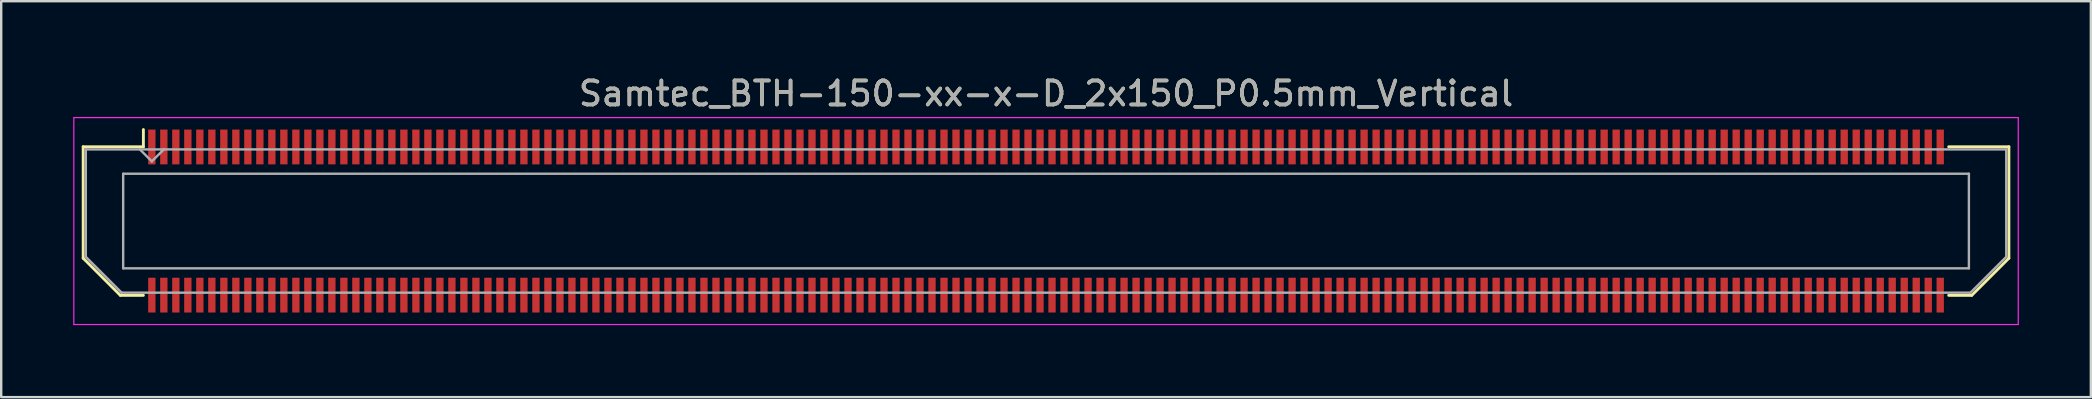
<source format=kicad_pcb>
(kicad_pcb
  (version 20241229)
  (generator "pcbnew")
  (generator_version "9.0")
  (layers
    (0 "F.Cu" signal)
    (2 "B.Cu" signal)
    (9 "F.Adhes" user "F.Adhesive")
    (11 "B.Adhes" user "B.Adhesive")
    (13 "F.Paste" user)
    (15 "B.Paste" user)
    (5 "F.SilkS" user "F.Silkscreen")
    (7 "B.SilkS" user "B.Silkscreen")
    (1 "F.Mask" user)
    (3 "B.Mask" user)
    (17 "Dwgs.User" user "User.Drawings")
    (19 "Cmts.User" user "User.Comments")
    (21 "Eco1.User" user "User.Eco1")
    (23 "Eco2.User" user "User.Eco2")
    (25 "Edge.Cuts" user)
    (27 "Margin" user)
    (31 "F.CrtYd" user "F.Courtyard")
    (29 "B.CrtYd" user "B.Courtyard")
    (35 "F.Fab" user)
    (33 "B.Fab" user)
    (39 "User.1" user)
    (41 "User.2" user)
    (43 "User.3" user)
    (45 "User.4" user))
  (footprint "Samtec_BTH-150-xx-x-D_2x150_P0.5mm_Vertical"
    (layer "F.Cu")
    (at 40.525 6.158)
    (property "Reference" "Samtec_BTH-150-xx-x-D_2x150_P0.5mm_Vertical" (at 0 -5.31 0) (layer "F.SilkS") (effects (font (size 1 1) (thickness 0.15))))
    (attr smd)
    (fp_line (start -40.11 -3.095) (end -40.11 1.548) (stroke (width 0.12) (type solid)) (layer "F.SilkS"))
    (fp_line (start -40.11 1.548) (end -38.562 3.095) (stroke (width 0.12) (type solid)) (layer "F.SilkS"))
    (fp_line (start -38.562 3.095) (end -37.602 3.095) (stroke (width 0.12) (type solid)) (layer "F.SilkS"))
    (fp_line (start -37.602 -3.811) (end -37.602 -3.095) (stroke (width 0.12) (type solid)) (layer "F.SilkS"))
    (fp_line (start -37.602 -3.095) (end -40.11 -3.095) (stroke (width 0.12) (type solid)) (layer "F.SilkS"))
    (fp_line (start 37.602 -3.095) (end 40.11 -3.095) (stroke (width 0.12) (type solid)) (layer "F.SilkS"))
    (fp_line (start 38.562 3.095) (end 37.602 3.095) (stroke (width 0.12) (type solid)) (layer "F.SilkS"))
    (fp_line (start 40.11 -3.095) (end 40.11 1.548) (stroke (width 0.12) (type solid)) (layer "F.SilkS"))
    (fp_line (start 40.11 1.548) (end 38.562 3.095) (stroke (width 0.12) (type solid)) (layer "F.SilkS"))
    (fp_line (start -40.5 -4.31) (end -40.5 4.31) (stroke (width 0.05) (type solid)) (layer "F.CrtYd"))
    (fp_line (start -40.5 4.31) (end 40.5 4.31) (stroke (width 0.05) (type solid)) (layer "F.CrtYd"))
    (fp_line (start 40.5 -4.31) (end -40.5 -4.31) (stroke (width 0.05) (type solid)) (layer "F.CrtYd"))
    (fp_line (start 40.5 4.31) (end 40.5 -4.31) (stroke (width 0.05) (type solid)) (layer "F.CrtYd"))
    (fp_line (start -40 -2.985) (end -40 1.492) (stroke (width 0.1) (type solid)) (layer "F.Fab"))
    (fp_line (start -40 -2.985) (end 40 -2.985) (stroke (width 0.1) (type solid)) (layer "F.Fab"))
    (fp_line (start -40 1.492) (end -38.508 2.985) (stroke (width 0.1) (type solid)) (layer "F.Fab"))
    (fp_line (start -38.508 2.985) (end 38.508 2.985) (stroke (width 0.1) (type solid)) (layer "F.Fab"))
    (fp_line (start -38.444 -1.97) (end -38.444 1.97) (stroke (width 0.1) (type solid)) (layer "F.Fab"))
    (fp_line (start -38.444 1.97) (end 38.444 1.97) (stroke (width 0.1) (type solid)) (layer "F.Fab"))
    (fp_line (start -37.25 -2.485) (end -37.75 -2.985) (stroke (width 0.1) (type solid)) (layer "F.Fab"))
    (fp_line (start -36.75 -2.985) (end -37.25 -2.485) (stroke (width 0.1) (type solid)) (layer "F.Fab"))
    (fp_line (start 38.444 -1.97) (end -38.444 -1.97) (stroke (width 0.1) (type solid)) (layer "F.Fab"))
    (fp_line (start 38.444 1.97) (end 38.444 -1.97) (stroke (width 0.1) (type solid)) (layer "F.Fab"))
    (fp_line (start 40 -2.985) (end 40 1.492) (stroke (width 0.1) (type solid)) (layer "F.Fab"))
    (fp_line (start 40 1.492) (end 38.508 2.985) (stroke (width 0.1) (type solid)) (layer "F.Fab"))
    (fp_text user "${REFERENCE}" (at 0 -5.31 0) (layer "F.Fab") (effects (font (size 1 1) (thickness 0.15))))
    (pad "1" smd rect (at -37.25 -3.086) (size 0.305 1.45) (layers "F.Cu" "F.Mask" "F.Paste"))
    (pad "2" smd rect (at -37.25 3.086) (size 0.305 1.45) (layers "F.Cu" "F.Mask" "F.Paste"))
    (pad "3" smd rect (at -36.75 -3.086) (size 0.305 1.45) (layers "F.Cu" "F.Mask" "F.Paste"))
    (pad "4" smd rect (at -36.75 3.086) (size 0.305 1.45) (layers "F.Cu" "F.Mask" "F.Paste"))
    (pad "5" smd rect (at -36.25 -3.086) (size 0.305 1.45) (layers "F.Cu" "F.Mask" "F.Paste"))
    (pad "6" smd rect (at -36.25 3.086) (size 0.305 1.45) (layers "F.Cu" "F.Mask" "F.Paste"))
    (pad "7" smd rect (at -35.75 -3.086) (size 0.305 1.45) (layers "F.Cu" "F.Mask" "F.Paste"))
    (pad "8" smd rect (at -35.75 3.086) (size 0.305 1.45) (layers "F.Cu" "F.Mask" "F.Paste"))
    (pad "9" smd rect (at -35.25 -3.086) (size 0.305 1.45) (layers "F.Cu" "F.Mask" "F.Paste"))
    (pad "10" smd rect (at -35.25 3.086) (size 0.305 1.45) (layers "F.Cu" "F.Mask" "F.Paste"))
    (pad "11" smd rect (at -34.75 -3.086) (size 0.305 1.45) (layers "F.Cu" "F.Mask" "F.Paste"))
    (pad "12" smd rect (at -34.75 3.086) (size 0.305 1.45) (layers "F.Cu" "F.Mask" "F.Paste"))
    (pad "13" smd rect (at -34.25 -3.086) (size 0.305 1.45) (layers "F.Cu" "F.Mask" "F.Paste"))
    (pad "14" smd rect (at -34.25 3.086) (size 0.305 1.45) (layers "F.Cu" "F.Mask" "F.Paste"))
    (pad "15" smd rect (at -33.75 -3.086) (size 0.305 1.45) (layers "F.Cu" "F.Mask" "F.Paste"))
    (pad "16" smd rect (at -33.75 3.086) (size 0.305 1.45) (layers "F.Cu" "F.Mask" "F.Paste"))
    (pad "17" smd rect (at -33.25 -3.086) (size 0.305 1.45) (layers "F.Cu" "F.Mask" "F.Paste"))
    (pad "18" smd rect (at -33.25 3.086) (size 0.305 1.45) (layers "F.Cu" "F.Mask" "F.Paste"))
    (pad "19" smd rect (at -32.75 -3.086) (size 0.305 1.45) (layers "F.Cu" "F.Mask" "F.Paste"))
    (pad "20" smd rect (at -32.75 3.086) (size 0.305 1.45) (layers "F.Cu" "F.Mask" "F.Paste"))
    (pad "21" smd rect (at -32.25 -3.086) (size 0.305 1.45) (layers "F.Cu" "F.Mask" "F.Paste"))
    (pad "22" smd rect (at -32.25 3.086) (size 0.305 1.45) (layers "F.Cu" "F.Mask" "F.Paste"))
    (pad "23" smd rect (at -31.75 -3.086) (size 0.305 1.45) (layers "F.Cu" "F.Mask" "F.Paste"))
    (pad "24" smd rect (at -31.75 3.086) (size 0.305 1.45) (layers "F.Cu" "F.Mask" "F.Paste"))
    (pad "25" smd rect (at -31.25 -3.086) (size 0.305 1.45) (layers "F.Cu" "F.Mask" "F.Paste"))
    (pad "26" smd rect (at -31.25 3.086) (size 0.305 1.45) (layers "F.Cu" "F.Mask" "F.Paste"))
    (pad "27" smd rect (at -30.75 -3.086) (size 0.305 1.45) (layers "F.Cu" "F.Mask" "F.Paste"))
    (pad "28" smd rect (at -30.75 3.086) (size 0.305 1.45) (layers "F.Cu" "F.Mask" "F.Paste"))
    (pad "29" smd rect (at -30.25 -3.086) (size 0.305 1.45) (layers "F.Cu" "F.Mask" "F.Paste"))
    (pad "30" smd rect (at -30.25 3.086) (size 0.305 1.45) (layers "F.Cu" "F.Mask" "F.Paste"))
    (pad "31" smd rect (at -29.75 -3.086) (size 0.305 1.45) (layers "F.Cu" "F.Mask" "F.Paste"))
    (pad "32" smd rect (at -29.75 3.086) (size 0.305 1.45) (layers "F.Cu" "F.Mask" "F.Paste"))
    (pad "33" smd rect (at -29.25 -3.086) (size 0.305 1.45) (layers "F.Cu" "F.Mask" "F.Paste"))
    (pad "34" smd rect (at -29.25 3.086) (size 0.305 1.45) (layers "F.Cu" "F.Mask" "F.Paste"))
    (pad "35" smd rect (at -28.75 -3.086) (size 0.305 1.45) (layers "F.Cu" "F.Mask" "F.Paste"))
    (pad "36" smd rect (at -28.75 3.086) (size 0.305 1.45) (layers "F.Cu" "F.Mask" "F.Paste"))
    (pad "37" smd rect (at -28.25 -3.086) (size 0.305 1.45) (layers "F.Cu" "F.Mask" "F.Paste"))
    (pad "38" smd rect (at -28.25 3.086) (size 0.305 1.45) (layers "F.Cu" "F.Mask" "F.Paste"))
    (pad "39" smd rect (at -27.75 -3.086) (size 0.305 1.45) (layers "F.Cu" "F.Mask" "F.Paste"))
    (pad "40" smd rect (at -27.75 3.086) (size 0.305 1.45) (layers "F.Cu" "F.Mask" "F.Paste"))
    (pad "41" smd rect (at -27.25 -3.086) (size 0.305 1.45) (layers "F.Cu" "F.Mask" "F.Paste"))
    (pad "42" smd rect (at -27.25 3.086) (size 0.305 1.45) (layers "F.Cu" "F.Mask" "F.Paste"))
    (pad "43" smd rect (at -26.75 -3.086) (size 0.305 1.45) (layers "F.Cu" "F.Mask" "F.Paste"))
    (pad "44" smd rect (at -26.75 3.086) (size 0.305 1.45) (layers "F.Cu" "F.Mask" "F.Paste"))
    (pad "45" smd rect (at -26.25 -3.086) (size 0.305 1.45) (layers "F.Cu" "F.Mask" "F.Paste"))
    (pad "46" smd rect (at -26.25 3.086) (size 0.305 1.45) (layers "F.Cu" "F.Mask" "F.Paste"))
    (pad "47" smd rect (at -25.75 -3.086) (size 0.305 1.45) (layers "F.Cu" "F.Mask" "F.Paste"))
    (pad "48" smd rect (at -25.75 3.086) (size 0.305 1.45) (layers "F.Cu" "F.Mask" "F.Paste"))
    (pad "49" smd rect (at -25.25 -3.086) (size 0.305 1.45) (layers "F.Cu" "F.Mask" "F.Paste"))
    (pad "50" smd rect (at -25.25 3.086) (size 0.305 1.45) (layers "F.Cu" "F.Mask" "F.Paste"))
    (pad "51" smd rect (at -24.75 -3.086) (size 0.305 1.45) (layers "F.Cu" "F.Mask" "F.Paste"))
    (pad "52" smd rect (at -24.75 3.086) (size 0.305 1.45) (layers "F.Cu" "F.Mask" "F.Paste"))
    (pad "53" smd rect (at -24.25 -3.086) (size 0.305 1.45) (layers "F.Cu" "F.Mask" "F.Paste"))
    (pad "54" smd rect (at -24.25 3.086) (size 0.305 1.45) (layers "F.Cu" "F.Mask" "F.Paste"))
    (pad "55" smd rect (at -23.75 -3.086) (size 0.305 1.45) (layers "F.Cu" "F.Mask" "F.Paste"))
    (pad "56" smd rect (at -23.75 3.086) (size 0.305 1.45) (layers "F.Cu" "F.Mask" "F.Paste"))
    (pad "57" smd rect (at -23.25 -3.086) (size 0.305 1.45) (layers "F.Cu" "F.Mask" "F.Paste"))
    (pad "58" smd rect (at -23.25 3.086) (size 0.305 1.45) (layers "F.Cu" "F.Mask" "F.Paste"))
    (pad "59" smd rect (at -22.75 -3.086) (size 0.305 1.45) (layers "F.Cu" "F.Mask" "F.Paste"))
    (pad "60" smd rect (at -22.75 3.086) (size 0.305 1.45) (layers "F.Cu" "F.Mask" "F.Paste"))
    (pad "61" smd rect (at -22.25 -3.086) (size 0.305 1.45) (layers "F.Cu" "F.Mask" "F.Paste"))
    (pad "62" smd rect (at -22.25 3.086) (size 0.305 1.45) (layers "F.Cu" "F.Mask" "F.Paste"))
    (pad "63" smd rect (at -21.75 -3.086) (size 0.305 1.45) (layers "F.Cu" "F.Mask" "F.Paste"))
    (pad "64" smd rect (at -21.75 3.086) (size 0.305 1.45) (layers "F.Cu" "F.Mask" "F.Paste"))
    (pad "65" smd rect (at -21.25 -3.086) (size 0.305 1.45) (layers "F.Cu" "F.Mask" "F.Paste"))
    (pad "66" smd rect (at -21.25 3.086) (size 0.305 1.45) (layers "F.Cu" "F.Mask" "F.Paste"))
    (pad "67" smd rect (at -20.75 -3.086) (size 0.305 1.45) (layers "F.Cu" "F.Mask" "F.Paste"))
    (pad "68" smd rect (at -20.75 3.086) (size 0.305 1.45) (layers "F.Cu" "F.Mask" "F.Paste"))
    (pad "69" smd rect (at -20.25 -3.086) (size 0.305 1.45) (layers "F.Cu" "F.Mask" "F.Paste"))
    (pad "70" smd rect (at -20.25 3.086) (size 0.305 1.45) (layers "F.Cu" "F.Mask" "F.Paste"))
    (pad "71" smd rect (at -19.75 -3.086) (size 0.305 1.45) (layers "F.Cu" "F.Mask" "F.Paste"))
    (pad "72" smd rect (at -19.75 3.086) (size 0.305 1.45) (layers "F.Cu" "F.Mask" "F.Paste"))
    (pad "73" smd rect (at -19.25 -3.086) (size 0.305 1.45) (layers "F.Cu" "F.Mask" "F.Paste"))
    (pad "74" smd rect (at -19.25 3.086) (size 0.305 1.45) (layers "F.Cu" "F.Mask" "F.Paste"))
    (pad "75" smd rect (at -18.75 -3.086) (size 0.305 1.45) (layers "F.Cu" "F.Mask" "F.Paste"))
    (pad "76" smd rect (at -18.75 3.086) (size 0.305 1.45) (layers "F.Cu" "F.Mask" "F.Paste"))
    (pad "77" smd rect (at -18.25 -3.086) (size 0.305 1.45) (layers "F.Cu" "F.Mask" "F.Paste"))
    (pad "78" smd rect (at -18.25 3.086) (size 0.305 1.45) (layers "F.Cu" "F.Mask" "F.Paste"))
    (pad "79" smd rect (at -17.75 -3.086) (size 0.305 1.45) (layers "F.Cu" "F.Mask" "F.Paste"))
    (pad "80" smd rect (at -17.75 3.086) (size 0.305 1.45) (layers "F.Cu" "F.Mask" "F.Paste"))
    (pad "81" smd rect (at -17.25 -3.086) (size 0.305 1.45) (layers "F.Cu" "F.Mask" "F.Paste"))
    (pad "82" smd rect (at -17.25 3.086) (size 0.305 1.45) (layers "F.Cu" "F.Mask" "F.Paste"))
    (pad "83" smd rect (at -16.75 -3.086) (size 0.305 1.45) (layers "F.Cu" "F.Mask" "F.Paste"))
    (pad "84" smd rect (at -16.75 3.086) (size 0.305 1.45) (layers "F.Cu" "F.Mask" "F.Paste"))
    (pad "85" smd rect (at -16.25 -3.086) (size 0.305 1.45) (layers "F.Cu" "F.Mask" "F.Paste"))
    (pad "86" smd rect (at -16.25 3.086) (size 0.305 1.45) (layers "F.Cu" "F.Mask" "F.Paste"))
    (pad "87" smd rect (at -15.75 -3.086) (size 0.305 1.45) (layers "F.Cu" "F.Mask" "F.Paste"))
    (pad "88" smd rect (at -15.75 3.086) (size 0.305 1.45) (layers "F.Cu" "F.Mask" "F.Paste"))
    (pad "89" smd rect (at -15.25 -3.086) (size 0.305 1.45) (layers "F.Cu" "F.Mask" "F.Paste"))
    (pad "90" smd rect (at -15.25 3.086) (size 0.305 1.45) (layers "F.Cu" "F.Mask" "F.Paste"))
    (pad "91" smd rect (at -14.75 -3.086) (size 0.305 1.45) (layers "F.Cu" "F.Mask" "F.Paste"))
    (pad "92" smd rect (at -14.75 3.086) (size 0.305 1.45) (layers "F.Cu" "F.Mask" "F.Paste"))
    (pad "93" smd rect (at -14.25 -3.086) (size 0.305 1.45) (layers "F.Cu" "F.Mask" "F.Paste"))
    (pad "94" smd rect (at -14.25 3.086) (size 0.305 1.45) (layers "F.Cu" "F.Mask" "F.Paste"))
    (pad "95" smd rect (at -13.75 -3.086) (size 0.305 1.45) (layers "F.Cu" "F.Mask" "F.Paste"))
    (pad "96" smd rect (at -13.75 3.086) (size 0.305 1.45) (layers "F.Cu" "F.Mask" "F.Paste"))
    (pad "97" smd rect (at -13.25 -3.086) (size 0.305 1.45) (layers "F.Cu" "F.Mask" "F.Paste"))
    (pad "98" smd rect (at -13.25 3.086) (size 0.305 1.45) (layers "F.Cu" "F.Mask" "F.Paste"))
    (pad "99" smd rect (at -12.75 -3.086) (size 0.305 1.45) (layers "F.Cu" "F.Mask" "F.Paste"))
    (pad "100" smd rect (at -12.75 3.086) (size 0.305 1.45) (layers "F.Cu" "F.Mask" "F.Paste"))
    (pad "101" smd rect (at -12.25 -3.086) (size 0.305 1.45) (layers "F.Cu" "F.Mask" "F.Paste"))
    (pad "102" smd rect (at -12.25 3.086) (size 0.305 1.45) (layers "F.Cu" "F.Mask" "F.Paste"))
    (pad "103" smd rect (at -11.75 -3.086) (size 0.305 1.45) (layers "F.Cu" "F.Mask" "F.Paste"))
    (pad "104" smd rect (at -11.75 3.086) (size 0.305 1.45) (layers "F.Cu" "F.Mask" "F.Paste"))
    (pad "105" smd rect (at -11.25 -3.086) (size 0.305 1.45) (layers "F.Cu" "F.Mask" "F.Paste"))
    (pad "106" smd rect (at -11.25 3.086) (size 0.305 1.45) (layers "F.Cu" "F.Mask" "F.Paste"))
    (pad "107" smd rect (at -10.75 -3.086) (size 0.305 1.45) (layers "F.Cu" "F.Mask" "F.Paste"))
    (pad "108" smd rect (at -10.75 3.086) (size 0.305 1.45) (layers "F.Cu" "F.Mask" "F.Paste"))
    (pad "109" smd rect (at -10.25 -3.086) (size 0.305 1.45) (layers "F.Cu" "F.Mask" "F.Paste"))
    (pad "110" smd rect (at -10.25 3.086) (size 0.305 1.45) (layers "F.Cu" "F.Mask" "F.Paste"))
    (pad "111" smd rect (at -9.75 -3.086) (size 0.305 1.45) (layers "F.Cu" "F.Mask" "F.Paste"))
    (pad "112" smd rect (at -9.75 3.086) (size 0.305 1.45) (layers "F.Cu" "F.Mask" "F.Paste"))
    (pad "113" smd rect (at -9.25 -3.086) (size 0.305 1.45) (layers "F.Cu" "F.Mask" "F.Paste"))
    (pad "114" smd rect (at -9.25 3.086) (size 0.305 1.45) (layers "F.Cu" "F.Mask" "F.Paste"))
    (pad "115" smd rect (at -8.75 -3.086) (size 0.305 1.45) (layers "F.Cu" "F.Mask" "F.Paste"))
    (pad "116" smd rect (at -8.75 3.086) (size 0.305 1.45) (layers "F.Cu" "F.Mask" "F.Paste"))
    (pad "117" smd rect (at -8.25 -3.086) (size 0.305 1.45) (layers "F.Cu" "F.Mask" "F.Paste"))
    (pad "118" smd rect (at -8.25 3.086) (size 0.305 1.45) (layers "F.Cu" "F.Mask" "F.Paste"))
    (pad "119" smd rect (at -7.75 -3.086) (size 0.305 1.45) (layers "F.Cu" "F.Mask" "F.Paste"))
    (pad "120" smd rect (at -7.75 3.086) (size 0.305 1.45) (layers "F.Cu" "F.Mask" "F.Paste"))
    (pad "121" smd rect (at -7.25 -3.086) (size 0.305 1.45) (layers "F.Cu" "F.Mask" "F.Paste"))
    (pad "122" smd rect (at -7.25 3.086) (size 0.305 1.45) (layers "F.Cu" "F.Mask" "F.Paste"))
    (pad "123" smd rect (at -6.75 -3.086) (size 0.305 1.45) (layers "F.Cu" "F.Mask" "F.Paste"))
    (pad "124" smd rect (at -6.75 3.086) (size 0.305 1.45) (layers "F.Cu" "F.Mask" "F.Paste"))
    (pad "125" smd rect (at -6.25 -3.086) (size 0.305 1.45) (layers "F.Cu" "F.Mask" "F.Paste"))
    (pad "126" smd rect (at -6.25 3.086) (size 0.305 1.45) (layers "F.Cu" "F.Mask" "F.Paste"))
    (pad "127" smd rect (at -5.75 -3.086) (size 0.305 1.45) (layers "F.Cu" "F.Mask" "F.Paste"))
    (pad "128" smd rect (at -5.75 3.086) (size 0.305 1.45) (layers "F.Cu" "F.Mask" "F.Paste"))
    (pad "129" smd rect (at -5.25 -3.086) (size 0.305 1.45) (layers "F.Cu" "F.Mask" "F.Paste"))
    (pad "130" smd rect (at -5.25 3.086) (size 0.305 1.45) (layers "F.Cu" "F.Mask" "F.Paste"))
    (pad "131" smd rect (at -4.75 -3.086) (size 0.305 1.45) (layers "F.Cu" "F.Mask" "F.Paste"))
    (pad "132" smd rect (at -4.75 3.086) (size 0.305 1.45) (layers "F.Cu" "F.Mask" "F.Paste"))
    (pad "133" smd rect (at -4.25 -3.086) (size 0.305 1.45) (layers "F.Cu" "F.Mask" "F.Paste"))
    (pad "134" smd rect (at -4.25 3.086) (size 0.305 1.45) (layers "F.Cu" "F.Mask" "F.Paste"))
    (pad "135" smd rect (at -3.75 -3.086) (size 0.305 1.45) (layers "F.Cu" "F.Mask" "F.Paste"))
    (pad "136" smd rect (at -3.75 3.086) (size 0.305 1.45) (layers "F.Cu" "F.Mask" "F.Paste"))
    (pad "137" smd rect (at -3.25 -3.086) (size 0.305 1.45) (layers "F.Cu" "F.Mask" "F.Paste"))
    (pad "138" smd rect (at -3.25 3.086) (size 0.305 1.45) (layers "F.Cu" "F.Mask" "F.Paste"))
    (pad "139" smd rect (at -2.75 -3.086) (size 0.305 1.45) (layers "F.Cu" "F.Mask" "F.Paste"))
    (pad "140" smd rect (at -2.75 3.086) (size 0.305 1.45) (layers "F.Cu" "F.Mask" "F.Paste"))
    (pad "141" smd rect (at -2.25 -3.086) (size 0.305 1.45) (layers "F.Cu" "F.Mask" "F.Paste"))
    (pad "142" smd rect (at -2.25 3.086) (size 0.305 1.45) (layers "F.Cu" "F.Mask" "F.Paste"))
    (pad "143" smd rect (at -1.75 -3.086) (size 0.305 1.45) (layers "F.Cu" "F.Mask" "F.Paste"))
    (pad "144" smd rect (at -1.75 3.086) (size 0.305 1.45) (layers "F.Cu" "F.Mask" "F.Paste"))
    (pad "145" smd rect (at -1.25 -3.086) (size 0.305 1.45) (layers "F.Cu" "F.Mask" "F.Paste"))
    (pad "146" smd rect (at -1.25 3.086) (size 0.305 1.45) (layers "F.Cu" "F.Mask" "F.Paste"))
    (pad "147" smd rect (at -0.75 -3.086) (size 0.305 1.45) (layers "F.Cu" "F.Mask" "F.Paste"))
    (pad "148" smd rect (at -0.75 3.086) (size 0.305 1.45) (layers "F.Cu" "F.Mask" "F.Paste"))
    (pad "149" smd rect (at -0.25 -3.086) (size 0.305 1.45) (layers "F.Cu" "F.Mask" "F.Paste"))
    (pad "150" smd rect (at -0.25 3.086) (size 0.305 1.45) (layers "F.Cu" "F.Mask" "F.Paste"))
    (pad "151" smd rect (at 0.25 -3.086) (size 0.305 1.45) (layers "F.Cu" "F.Mask" "F.Paste"))
    (pad "152" smd rect (at 0.25 3.086) (size 0.305 1.45) (layers "F.Cu" "F.Mask" "F.Paste"))
    (pad "153" smd rect (at 0.75 -3.086) (size 0.305 1.45) (layers "F.Cu" "F.Mask" "F.Paste"))
    (pad "154" smd rect (at 0.75 3.086) (size 0.305 1.45) (layers "F.Cu" "F.Mask" "F.Paste"))
    (pad "155" smd rect (at 1.25 -3.086) (size 0.305 1.45) (layers "F.Cu" "F.Mask" "F.Paste"))
    (pad "156" smd rect (at 1.25 3.086) (size 0.305 1.45) (layers "F.Cu" "F.Mask" "F.Paste"))
    (pad "157" smd rect (at 1.75 -3.086) (size 0.305 1.45) (layers "F.Cu" "F.Mask" "F.Paste"))
    (pad "158" smd rect (at 1.75 3.086) (size 0.305 1.45) (layers "F.Cu" "F.Mask" "F.Paste"))
    (pad "159" smd rect (at 2.25 -3.086) (size 0.305 1.45) (layers "F.Cu" "F.Mask" "F.Paste"))
    (pad "160" smd rect (at 2.25 3.086) (size 0.305 1.45) (layers "F.Cu" "F.Mask" "F.Paste"))
    (pad "161" smd rect (at 2.75 -3.086) (size 0.305 1.45) (layers "F.Cu" "F.Mask" "F.Paste"))
    (pad "162" smd rect (at 2.75 3.086) (size 0.305 1.45) (layers "F.Cu" "F.Mask" "F.Paste"))
    (pad "163" smd rect (at 3.25 -3.086) (size 0.305 1.45) (layers "F.Cu" "F.Mask" "F.Paste"))
    (pad "164" smd rect (at 3.25 3.086) (size 0.305 1.45) (layers "F.Cu" "F.Mask" "F.Paste"))
    (pad "165" smd rect (at 3.75 -3.086) (size 0.305 1.45) (layers "F.Cu" "F.Mask" "F.Paste"))
    (pad "166" smd rect (at 3.75 3.086) (size 0.305 1.45) (layers "F.Cu" "F.Mask" "F.Paste"))
    (pad "167" smd rect (at 4.25 -3.086) (size 0.305 1.45) (layers "F.Cu" "F.Mask" "F.Paste"))
    (pad "168" smd rect (at 4.25 3.086) (size 0.305 1.45) (layers "F.Cu" "F.Mask" "F.Paste"))
    (pad "169" smd rect (at 4.75 -3.086) (size 0.305 1.45) (layers "F.Cu" "F.Mask" "F.Paste"))
    (pad "170" smd rect (at 4.75 3.086) (size 0.305 1.45) (layers "F.Cu" "F.Mask" "F.Paste"))
    (pad "171" smd rect (at 5.25 -3.086) (size 0.305 1.45) (layers "F.Cu" "F.Mask" "F.Paste"))
    (pad "172" smd rect (at 5.25 3.086) (size 0.305 1.45) (layers "F.Cu" "F.Mask" "F.Paste"))
    (pad "173" smd rect (at 5.75 -3.086) (size 0.305 1.45) (layers "F.Cu" "F.Mask" "F.Paste"))
    (pad "174" smd rect (at 5.75 3.086) (size 0.305 1.45) (layers "F.Cu" "F.Mask" "F.Paste"))
    (pad "175" smd rect (at 6.25 -3.086) (size 0.305 1.45) (layers "F.Cu" "F.Mask" "F.Paste"))
    (pad "176" smd rect (at 6.25 3.086) (size 0.305 1.45) (layers "F.Cu" "F.Mask" "F.Paste"))
    (pad "177" smd rect (at 6.75 -3.086) (size 0.305 1.45) (layers "F.Cu" "F.Mask" "F.Paste"))
    (pad "178" smd rect (at 6.75 3.086) (size 0.305 1.45) (layers "F.Cu" "F.Mask" "F.Paste"))
    (pad "179" smd rect (at 7.25 -3.086) (size 0.305 1.45) (layers "F.Cu" "F.Mask" "F.Paste"))
    (pad "180" smd rect (at 7.25 3.086) (size 0.305 1.45) (layers "F.Cu" "F.Mask" "F.Paste"))
    (pad "181" smd rect (at 7.75 -3.086) (size 0.305 1.45) (layers "F.Cu" "F.Mask" "F.Paste"))
    (pad "182" smd rect (at 7.75 3.086) (size 0.305 1.45) (layers "F.Cu" "F.Mask" "F.Paste"))
    (pad "183" smd rect (at 8.25 -3.086) (size 0.305 1.45) (layers "F.Cu" "F.Mask" "F.Paste"))
    (pad "184" smd rect (at 8.25 3.086) (size 0.305 1.45) (layers "F.Cu" "F.Mask" "F.Paste"))
    (pad "185" smd rect (at 8.75 -3.086) (size 0.305 1.45) (layers "F.Cu" "F.Mask" "F.Paste"))
    (pad "186" smd rect (at 8.75 3.086) (size 0.305 1.45) (layers "F.Cu" "F.Mask" "F.Paste"))
    (pad "187" smd rect (at 9.25 -3.086) (size 0.305 1.45) (layers "F.Cu" "F.Mask" "F.Paste"))
    (pad "188" smd rect (at 9.25 3.086) (size 0.305 1.45) (layers "F.Cu" "F.Mask" "F.Paste"))
    (pad "189" smd rect (at 9.75 -3.086) (size 0.305 1.45) (layers "F.Cu" "F.Mask" "F.Paste"))
    (pad "190" smd rect (at 9.75 3.086) (size 0.305 1.45) (layers "F.Cu" "F.Mask" "F.Paste"))
    (pad "191" smd rect (at 10.25 -3.086) (size 0.305 1.45) (layers "F.Cu" "F.Mask" "F.Paste"))
    (pad "192" smd rect (at 10.25 3.086) (size 0.305 1.45) (layers "F.Cu" "F.Mask" "F.Paste"))
    (pad "193" smd rect (at 10.75 -3.086) (size 0.305 1.45) (layers "F.Cu" "F.Mask" "F.Paste"))
    (pad "194" smd rect (at 10.75 3.086) (size 0.305 1.45) (layers "F.Cu" "F.Mask" "F.Paste"))
    (pad "195" smd rect (at 11.25 -3.086) (size 0.305 1.45) (layers "F.Cu" "F.Mask" "F.Paste"))
    (pad "196" smd rect (at 11.25 3.086) (size 0.305 1.45) (layers "F.Cu" "F.Mask" "F.Paste"))
    (pad "197" smd rect (at 11.75 -3.086) (size 0.305 1.45) (layers "F.Cu" "F.Mask" "F.Paste"))
    (pad "198" smd rect (at 11.75 3.086) (size 0.305 1.45) (layers "F.Cu" "F.Mask" "F.Paste"))
    (pad "199" smd rect (at 12.25 -3.086) (size 0.305 1.45) (layers "F.Cu" "F.Mask" "F.Paste"))
    (pad "200" smd rect (at 12.25 3.086) (size 0.305 1.45) (layers "F.Cu" "F.Mask" "F.Paste"))
    (pad "201" smd rect (at 12.75 -3.086) (size 0.305 1.45) (layers "F.Cu" "F.Mask" "F.Paste"))
    (pad "202" smd rect (at 12.75 3.086) (size 0.305 1.45) (layers "F.Cu" "F.Mask" "F.Paste"))
    (pad "203" smd rect (at 13.25 -3.086) (size 0.305 1.45) (layers "F.Cu" "F.Mask" "F.Paste"))
    (pad "204" smd rect (at 13.25 3.086) (size 0.305 1.45) (layers "F.Cu" "F.Mask" "F.Paste"))
    (pad "205" smd rect (at 13.75 -3.086) (size 0.305 1.45) (layers "F.Cu" "F.Mask" "F.Paste"))
    (pad "206" smd rect (at 13.75 3.086) (size 0.305 1.45) (layers "F.Cu" "F.Mask" "F.Paste"))
    (pad "207" smd rect (at 14.25 -3.086) (size 0.305 1.45) (layers "F.Cu" "F.Mask" "F.Paste"))
    (pad "208" smd rect (at 14.25 3.086) (size 0.305 1.45) (layers "F.Cu" "F.Mask" "F.Paste"))
    (pad "209" smd rect (at 14.75 -3.086) (size 0.305 1.45) (layers "F.Cu" "F.Mask" "F.Paste"))
    (pad "210" smd rect (at 14.75 3.086) (size 0.305 1.45) (layers "F.Cu" "F.Mask" "F.Paste"))
    (pad "211" smd rect (at 15.25 -3.086) (size 0.305 1.45) (layers "F.Cu" "F.Mask" "F.Paste"))
    (pad "212" smd rect (at 15.25 3.086) (size 0.305 1.45) (layers "F.Cu" "F.Mask" "F.Paste"))
    (pad "213" smd rect (at 15.75 -3.086) (size 0.305 1.45) (layers "F.Cu" "F.Mask" "F.Paste"))
    (pad "214" smd rect (at 15.75 3.086) (size 0.305 1.45) (layers "F.Cu" "F.Mask" "F.Paste"))
    (pad "215" smd rect (at 16.25 -3.086) (size 0.305 1.45) (layers "F.Cu" "F.Mask" "F.Paste"))
    (pad "216" smd rect (at 16.25 3.086) (size 0.305 1.45) (layers "F.Cu" "F.Mask" "F.Paste"))
    (pad "217" smd rect (at 16.75 -3.086) (size 0.305 1.45) (layers "F.Cu" "F.Mask" "F.Paste"))
    (pad "218" smd rect (at 16.75 3.086) (size 0.305 1.45) (layers "F.Cu" "F.Mask" "F.Paste"))
    (pad "219" smd rect (at 17.25 -3.086) (size 0.305 1.45) (layers "F.Cu" "F.Mask" "F.Paste"))
    (pad "220" smd rect (at 17.25 3.086) (size 0.305 1.45) (layers "F.Cu" "F.Mask" "F.Paste"))
    (pad "221" smd rect (at 17.75 -3.086) (size 0.305 1.45) (layers "F.Cu" "F.Mask" "F.Paste"))
    (pad "222" smd rect (at 17.75 3.086) (size 0.305 1.45) (layers "F.Cu" "F.Mask" "F.Paste"))
    (pad "223" smd rect (at 18.25 -3.086) (size 0.305 1.45) (layers "F.Cu" "F.Mask" "F.Paste"))
    (pad "224" smd rect (at 18.25 3.086) (size 0.305 1.45) (layers "F.Cu" "F.Mask" "F.Paste"))
    (pad "225" smd rect (at 18.75 -3.086) (size 0.305 1.45) (layers "F.Cu" "F.Mask" "F.Paste"))
    (pad "226" smd rect (at 18.75 3.086) (size 0.305 1.45) (layers "F.Cu" "F.Mask" "F.Paste"))
    (pad "227" smd rect (at 19.25 -3.086) (size 0.305 1.45) (layers "F.Cu" "F.Mask" "F.Paste"))
    (pad "228" smd rect (at 19.25 3.086) (size 0.305 1.45) (layers "F.Cu" "F.Mask" "F.Paste"))
    (pad "229" smd rect (at 19.75 -3.086) (size 0.305 1.45) (layers "F.Cu" "F.Mask" "F.Paste"))
    (pad "230" smd rect (at 19.75 3.086) (size 0.305 1.45) (layers "F.Cu" "F.Mask" "F.Paste"))
    (pad "231" smd rect (at 20.25 -3.086) (size 0.305 1.45) (layers "F.Cu" "F.Mask" "F.Paste"))
    (pad "232" smd rect (at 20.25 3.086) (size 0.305 1.45) (layers "F.Cu" "F.Mask" "F.Paste"))
    (pad "233" smd rect (at 20.75 -3.086) (size 0.305 1.45) (layers "F.Cu" "F.Mask" "F.Paste"))
    (pad "234" smd rect (at 20.75 3.086) (size 0.305 1.45) (layers "F.Cu" "F.Mask" "F.Paste"))
    (pad "235" smd rect (at 21.25 -3.086) (size 0.305 1.45) (layers "F.Cu" "F.Mask" "F.Paste"))
    (pad "236" smd rect (at 21.25 3.086) (size 0.305 1.45) (layers "F.Cu" "F.Mask" "F.Paste"))
    (pad "237" smd rect (at 21.75 -3.086) (size 0.305 1.45) (layers "F.Cu" "F.Mask" "F.Paste"))
    (pad "238" smd rect (at 21.75 3.086) (size 0.305 1.45) (layers "F.Cu" "F.Mask" "F.Paste"))
    (pad "239" smd rect (at 22.25 -3.086) (size 0.305 1.45) (layers "F.Cu" "F.Mask" "F.Paste"))
    (pad "240" smd rect (at 22.25 3.086) (size 0.305 1.45) (layers "F.Cu" "F.Mask" "F.Paste"))
    (pad "241" smd rect (at 22.75 -3.086) (size 0.305 1.45) (layers "F.Cu" "F.Mask" "F.Paste"))
    (pad "242" smd rect (at 22.75 3.086) (size 0.305 1.45) (layers "F.Cu" "F.Mask" "F.Paste"))
    (pad "243" smd rect (at 23.25 -3.086) (size 0.305 1.45) (layers "F.Cu" "F.Mask" "F.Paste"))
    (pad "244" smd rect (at 23.25 3.086) (size 0.305 1.45) (layers "F.Cu" "F.Mask" "F.Paste"))
    (pad "245" smd rect (at 23.75 -3.086) (size 0.305 1.45) (layers "F.Cu" "F.Mask" "F.Paste"))
    (pad "246" smd rect (at 23.75 3.086) (size 0.305 1.45) (layers "F.Cu" "F.Mask" "F.Paste"))
    (pad "247" smd rect (at 24.25 -3.086) (size 0.305 1.45) (layers "F.Cu" "F.Mask" "F.Paste"))
    (pad "248" smd rect (at 24.25 3.086) (size 0.305 1.45) (layers "F.Cu" "F.Mask" "F.Paste"))
    (pad "249" smd rect (at 24.75 -3.086) (size 0.305 1.45) (layers "F.Cu" "F.Mask" "F.Paste"))
    (pad "250" smd rect (at 24.75 3.086) (size 0.305 1.45) (layers "F.Cu" "F.Mask" "F.Paste"))
    (pad "251" smd rect (at 25.25 -3.086) (size 0.305 1.45) (layers "F.Cu" "F.Mask" "F.Paste"))
    (pad "252" smd rect (at 25.25 3.086) (size 0.305 1.45) (layers "F.Cu" "F.Mask" "F.Paste"))
    (pad "253" smd rect (at 25.75 -3.086) (size 0.305 1.45) (layers "F.Cu" "F.Mask" "F.Paste"))
    (pad "254" smd rect (at 25.75 3.086) (size 0.305 1.45) (layers "F.Cu" "F.Mask" "F.Paste"))
    (pad "255" smd rect (at 26.25 -3.086) (size 0.305 1.45) (layers "F.Cu" "F.Mask" "F.Paste"))
    (pad "256" smd rect (at 26.25 3.086) (size 0.305 1.45) (layers "F.Cu" "F.Mask" "F.Paste"))
    (pad "257" smd rect (at 26.75 -3.086) (size 0.305 1.45) (layers "F.Cu" "F.Mask" "F.Paste"))
    (pad "258" smd rect (at 26.75 3.086) (size 0.305 1.45) (layers "F.Cu" "F.Mask" "F.Paste"))
    (pad "259" smd rect (at 27.25 -3.086) (size 0.305 1.45) (layers "F.Cu" "F.Mask" "F.Paste"))
    (pad "260" smd rect (at 27.25 3.086) (size 0.305 1.45) (layers "F.Cu" "F.Mask" "F.Paste"))
    (pad "261" smd rect (at 27.75 -3.086) (size 0.305 1.45) (layers "F.Cu" "F.Mask" "F.Paste"))
    (pad "262" smd rect (at 27.75 3.086) (size 0.305 1.45) (layers "F.Cu" "F.Mask" "F.Paste"))
    (pad "263" smd rect (at 28.25 -3.086) (size 0.305 1.45) (layers "F.Cu" "F.Mask" "F.Paste"))
    (pad "264" smd rect (at 28.25 3.086) (size 0.305 1.45) (layers "F.Cu" "F.Mask" "F.Paste"))
    (pad "265" smd rect (at 28.75 -3.086) (size 0.305 1.45) (layers "F.Cu" "F.Mask" "F.Paste"))
    (pad "266" smd rect (at 28.75 3.086) (size 0.305 1.45) (layers "F.Cu" "F.Mask" "F.Paste"))
    (pad "267" smd rect (at 29.25 -3.086) (size 0.305 1.45) (layers "F.Cu" "F.Mask" "F.Paste"))
    (pad "268" smd rect (at 29.25 3.086) (size 0.305 1.45) (layers "F.Cu" "F.Mask" "F.Paste"))
    (pad "269" smd rect (at 29.75 -3.086) (size 0.305 1.45) (layers "F.Cu" "F.Mask" "F.Paste"))
    (pad "270" smd rect (at 29.75 3.086) (size 0.305 1.45) (layers "F.Cu" "F.Mask" "F.Paste"))
    (pad "271" smd rect (at 30.25 -3.086) (size 0.305 1.45) (layers "F.Cu" "F.Mask" "F.Paste"))
    (pad "272" smd rect (at 30.25 3.086) (size 0.305 1.45) (layers "F.Cu" "F.Mask" "F.Paste"))
    (pad "273" smd rect (at 30.75 -3.086) (size 0.305 1.45) (layers "F.Cu" "F.Mask" "F.Paste"))
    (pad "274" smd rect (at 30.75 3.086) (size 0.305 1.45) (layers "F.Cu" "F.Mask" "F.Paste"))
    (pad "275" smd rect (at 31.25 -3.086) (size 0.305 1.45) (layers "F.Cu" "F.Mask" "F.Paste"))
    (pad "276" smd rect (at 31.25 3.086) (size 0.305 1.45) (layers "F.Cu" "F.Mask" "F.Paste"))
    (pad "277" smd rect (at 31.75 -3.086) (size 0.305 1.45) (layers "F.Cu" "F.Mask" "F.Paste"))
    (pad "278" smd rect (at 31.75 3.086) (size 0.305 1.45) (layers "F.Cu" "F.Mask" "F.Paste"))
    (pad "279" smd rect (at 32.25 -3.086) (size 0.305 1.45) (layers "F.Cu" "F.Mask" "F.Paste"))
    (pad "280" smd rect (at 32.25 3.086) (size 0.305 1.45) (layers "F.Cu" "F.Mask" "F.Paste"))
    (pad "281" smd rect (at 32.75 -3.086) (size 0.305 1.45) (layers "F.Cu" "F.Mask" "F.Paste"))
    (pad "282" smd rect (at 32.75 3.086) (size 0.305 1.45) (layers "F.Cu" "F.Mask" "F.Paste"))
    (pad "283" smd rect (at 33.25 -3.086) (size 0.305 1.45) (layers "F.Cu" "F.Mask" "F.Paste"))
    (pad "284" smd rect (at 33.25 3.086) (size 0.305 1.45) (layers "F.Cu" "F.Mask" "F.Paste"))
    (pad "285" smd rect (at 33.75 -3.086) (size 0.305 1.45) (layers "F.Cu" "F.Mask" "F.Paste"))
    (pad "286" smd rect (at 33.75 3.086) (size 0.305 1.45) (layers "F.Cu" "F.Mask" "F.Paste"))
    (pad "287" smd rect (at 34.25 -3.086) (size 0.305 1.45) (layers "F.Cu" "F.Mask" "F.Paste"))
    (pad "288" smd rect (at 34.25 3.086) (size 0.305 1.45) (layers "F.Cu" "F.Mask" "F.Paste"))
    (pad "289" smd rect (at 34.75 -3.086) (size 0.305 1.45) (layers "F.Cu" "F.Mask" "F.Paste"))
    (pad "290" smd rect (at 34.75 3.086) (size 0.305 1.45) (layers "F.Cu" "F.Mask" "F.Paste"))
    (pad "291" smd rect (at 35.25 -3.086) (size 0.305 1.45) (layers "F.Cu" "F.Mask" "F.Paste"))
    (pad "292" smd rect (at 35.25 3.086) (size 0.305 1.45) (layers "F.Cu" "F.Mask" "F.Paste"))
    (pad "293" smd rect (at 35.75 -3.086) (size 0.305 1.45) (layers "F.Cu" "F.Mask" "F.Paste"))
    (pad "294" smd rect (at 35.75 3.086) (size 0.305 1.45) (layers "F.Cu" "F.Mask" "F.Paste"))
    (pad "295" smd rect (at 36.25 -3.086) (size 0.305 1.45) (layers "F.Cu" "F.Mask" "F.Paste"))
    (pad "296" smd rect (at 36.25 3.086) (size 0.305 1.45) (layers "F.Cu" "F.Mask" "F.Paste"))
    (pad "297" smd rect (at 36.75 -3.086) (size 0.305 1.45) (layers "F.Cu" "F.Mask" "F.Paste"))
    (pad "298" smd rect (at 36.75 3.086) (size 0.305 1.45) (layers "F.Cu" "F.Mask" "F.Paste"))
    (pad "299" smd rect (at 37.25 -3.086) (size 0.305 1.45) (layers "F.Cu" "F.Mask" "F.Paste"))
    (pad "300" smd rect (at 37.25 3.086) (size 0.305 1.45) (layers "F.Cu" "F.Mask" "F.Paste")))
  (gr_rect
    (start -3 -3)
    (end 84.05 13.493)
    (stroke (width 0.1) (type default))
    (fill no)
    (layer "Edge.Cuts")))
</source>
